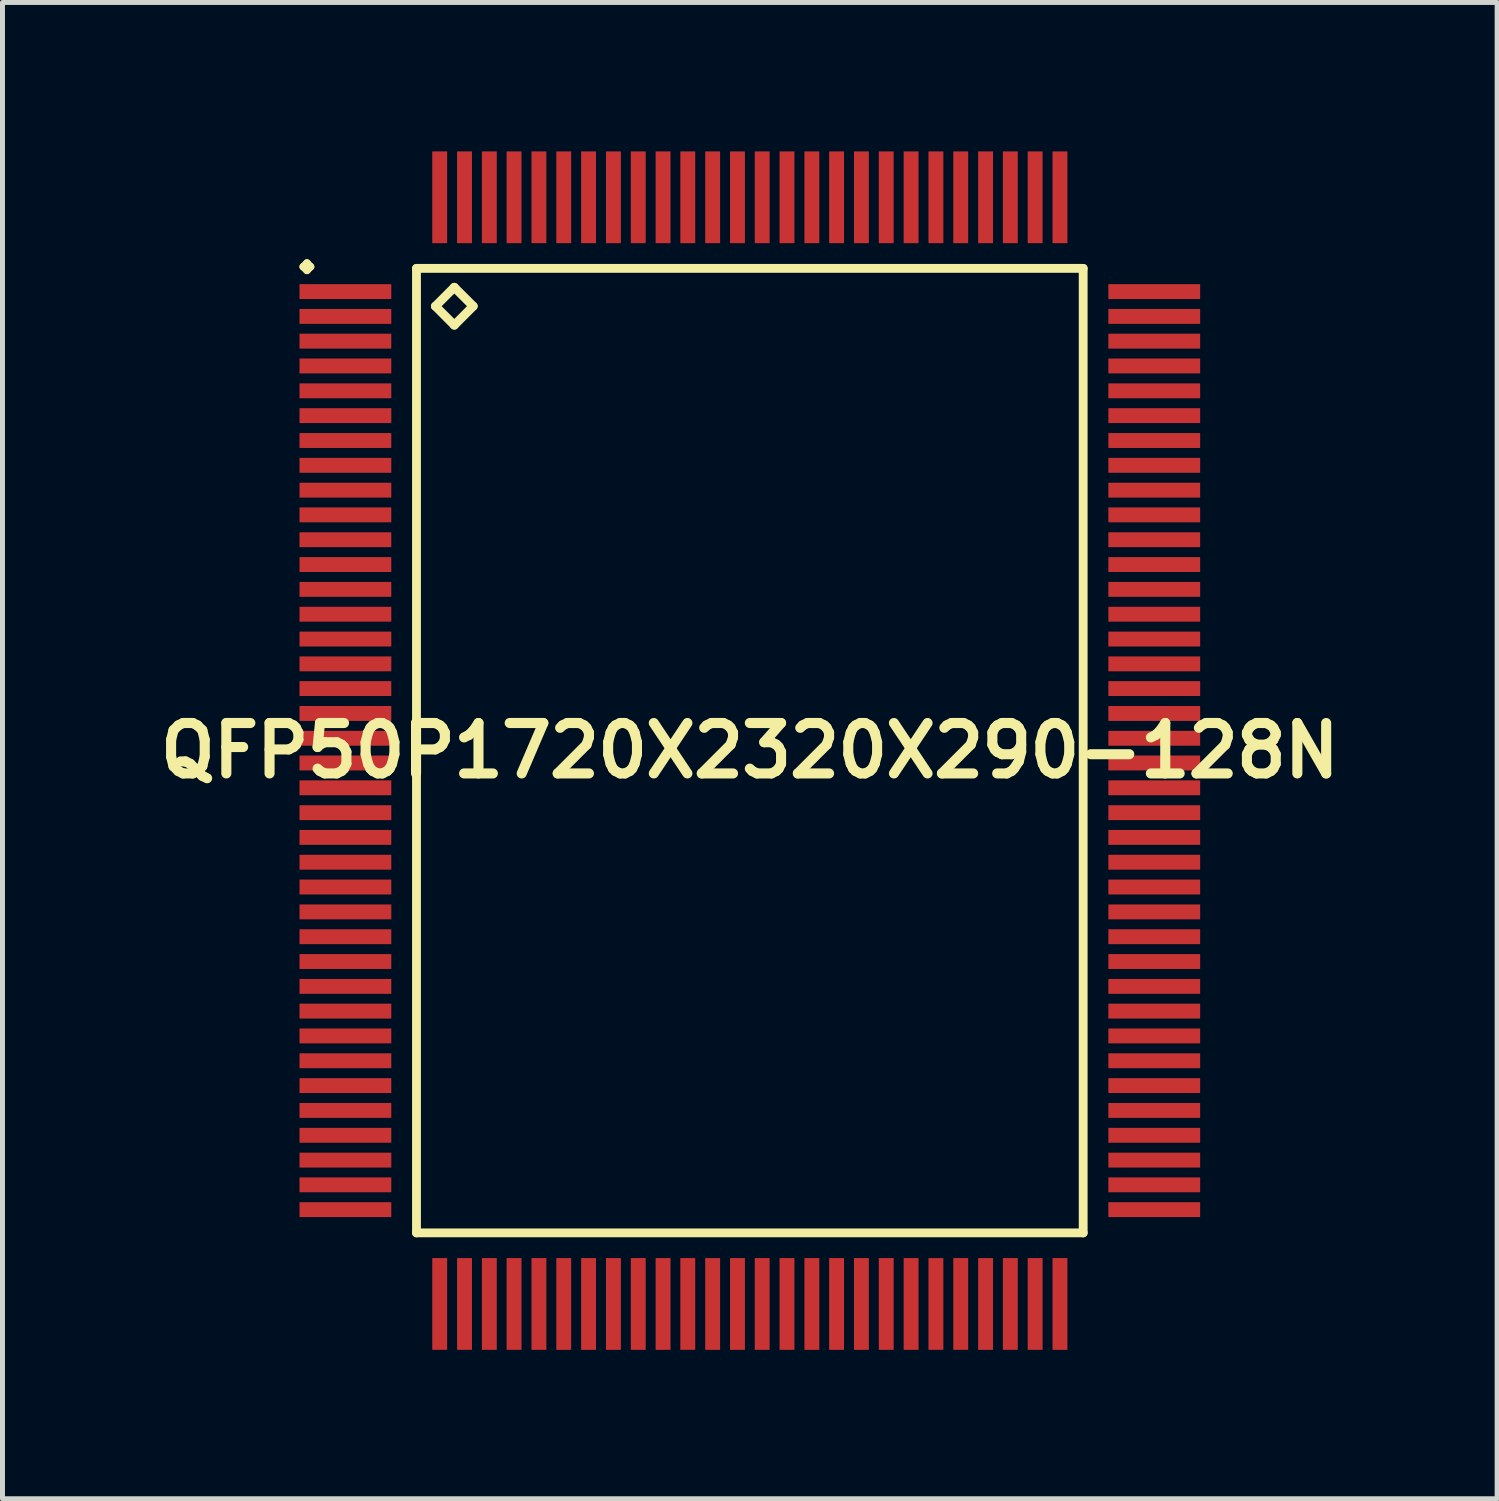
<source format=kicad_pcb>
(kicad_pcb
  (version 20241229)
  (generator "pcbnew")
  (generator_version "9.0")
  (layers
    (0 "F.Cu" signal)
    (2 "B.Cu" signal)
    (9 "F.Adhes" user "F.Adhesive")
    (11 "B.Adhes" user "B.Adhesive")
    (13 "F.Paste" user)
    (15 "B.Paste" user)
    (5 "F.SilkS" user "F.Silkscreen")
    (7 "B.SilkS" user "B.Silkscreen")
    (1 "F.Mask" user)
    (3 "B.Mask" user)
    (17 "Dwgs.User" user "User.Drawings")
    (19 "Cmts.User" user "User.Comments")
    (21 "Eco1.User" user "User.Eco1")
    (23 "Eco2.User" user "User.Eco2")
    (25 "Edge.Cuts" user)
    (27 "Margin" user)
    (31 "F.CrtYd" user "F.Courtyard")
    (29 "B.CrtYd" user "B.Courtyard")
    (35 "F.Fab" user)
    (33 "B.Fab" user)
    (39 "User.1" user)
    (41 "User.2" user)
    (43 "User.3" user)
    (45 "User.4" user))
  (footprint "QFP50P1720X2320X290-128N"
    (layer "F.Cu")
    (at 12.057 12.073)
    (property "Reference" "QFP50P1720X2320X290-128N" (at 0 0 0) (layer "F.SilkS") (effects (font (size 1.016 1.016) (thickness 0.203))))
    (attr smd)
    (fp_line (start -8.999 -9.749) (end -8.923 -9.825) (stroke (width 0.15) (type solid)) (layer "F.SilkS"))
    (fp_line (start -8.923 -9.825) (end -8.849 -9.749) (stroke (width 0.15) (type solid)) (layer "F.SilkS"))
    (fp_line (start -8.923 -9.675) (end -8.999 -9.749) (stroke (width 0.15) (type solid)) (layer "F.SilkS"))
    (fp_line (start -8.849 -9.749) (end -8.923 -9.675) (stroke (width 0.15) (type solid)) (layer "F.SilkS"))
    (fp_line (start -6.716 -9.716) (end -6.716 9.716) (stroke (width 0.178) (type solid)) (layer "F.SilkS"))
    (fp_line (start -6.716 9.716) (end 6.716 9.716) (stroke (width 0.178) (type solid)) (layer "F.SilkS"))
    (fp_line (start -6.335 -8.954) (end -5.954 -9.335) (stroke (width 0.178) (type solid)) (layer "F.SilkS"))
    (fp_line (start -5.954 -9.335) (end -5.573 -8.954) (stroke (width 0.178) (type solid)) (layer "F.SilkS"))
    (fp_line (start -5.954 -8.572) (end -6.335 -8.954) (stroke (width 0.178) (type solid)) (layer "F.SilkS"))
    (fp_line (start -5.573 -8.954) (end -5.954 -8.572) (stroke (width 0.178) (type solid)) (layer "F.SilkS"))
    (fp_line (start 6.716 -9.716) (end -6.716 -9.716) (stroke (width 0.178) (type solid)) (layer "F.SilkS"))
    (fp_line (start 6.716 9.716) (end 6.716 -9.716) (stroke (width 0.178) (type solid)) (layer "F.SilkS"))
    (pad "1" smd rect (at -8.148 -9.248) (size 1.849 0.3) (layers "F.Cu" "F.Mask" "F.Paste"))
    (pad "2" smd rect (at -8.148 -8.748) (size 1.849 0.3) (layers "F.Cu" "F.Mask" "F.Paste"))
    (pad "3" smd rect (at -8.148 -8.25) (size 1.849 0.3) (layers "F.Cu" "F.Mask" "F.Paste"))
    (pad "4" smd rect (at -8.148 -7.75) (size 1.849 0.3) (layers "F.Cu" "F.Mask" "F.Paste"))
    (pad "5" smd rect (at -8.148 -7.249) (size 1.849 0.3) (layers "F.Cu" "F.Mask" "F.Paste"))
    (pad "6" smd rect (at -8.148 -6.749) (size 1.849 0.3) (layers "F.Cu" "F.Mask" "F.Paste"))
    (pad "7" smd rect (at -8.148 -6.248) (size 1.849 0.3) (layers "F.Cu" "F.Mask" "F.Paste"))
    (pad "8" smd rect (at -8.148 -5.748) (size 1.849 0.3) (layers "F.Cu" "F.Mask" "F.Paste"))
    (pad "9" smd rect (at -8.148 -5.248) (size 1.849 0.3) (layers "F.Cu" "F.Mask" "F.Paste"))
    (pad "10" smd rect (at -8.148 -4.75) (size 1.849 0.3) (layers "F.Cu" "F.Mask" "F.Paste"))
    (pad "11" smd rect (at -8.148 -4.249) (size 1.849 0.3) (layers "F.Cu" "F.Mask" "F.Paste"))
    (pad "12" smd rect (at -8.148 -3.749) (size 1.849 0.3) (layers "F.Cu" "F.Mask" "F.Paste"))
    (pad "13" smd rect (at -8.148 -3.249) (size 1.849 0.3) (layers "F.Cu" "F.Mask" "F.Paste"))
    (pad "14" smd rect (at -8.148 -2.748) (size 1.849 0.3) (layers "F.Cu" "F.Mask" "F.Paste"))
    (pad "15" smd rect (at -8.148 -2.248) (size 1.849 0.3) (layers "F.Cu" "F.Mask" "F.Paste"))
    (pad "16" smd rect (at -8.148 -1.748) (size 1.849 0.3) (layers "F.Cu" "F.Mask" "F.Paste"))
    (pad "17" smd rect (at -8.148 -1.25) (size 1.849 0.3) (layers "F.Cu" "F.Mask" "F.Paste"))
    (pad "18" smd rect (at -8.148 -0.749) (size 1.849 0.3) (layers "F.Cu" "F.Mask" "F.Paste"))
    (pad "19" smd rect (at -8.148 -0.249) (size 1.849 0.3) (layers "F.Cu" "F.Mask" "F.Paste"))
    (pad "20" smd rect (at -8.148 0.249) (size 1.849 0.3) (layers "F.Cu" "F.Mask" "F.Paste"))
    (pad "21" smd rect (at -8.148 0.749) (size 1.849 0.3) (layers "F.Cu" "F.Mask" "F.Paste"))
    (pad "22" smd rect (at -8.148 1.25) (size 1.849 0.3) (layers "F.Cu" "F.Mask" "F.Paste"))
    (pad "23" smd rect (at -8.148 1.748) (size 1.849 0.3) (layers "F.Cu" "F.Mask" "F.Paste"))
    (pad "24" smd rect (at -8.148 2.248) (size 1.849 0.3) (layers "F.Cu" "F.Mask" "F.Paste"))
    (pad "25" smd rect (at -8.148 2.748) (size 1.849 0.3) (layers "F.Cu" "F.Mask" "F.Paste"))
    (pad "26" smd rect (at -8.148 3.249) (size 1.849 0.3) (layers "F.Cu" "F.Mask" "F.Paste"))
    (pad "27" smd rect (at -8.148 3.749) (size 1.849 0.3) (layers "F.Cu" "F.Mask" "F.Paste"))
    (pad "28" smd rect (at -8.148 4.249) (size 1.849 0.3) (layers "F.Cu" "F.Mask" "F.Paste"))
    (pad "29" smd rect (at -8.148 4.75) (size 1.849 0.3) (layers "F.Cu" "F.Mask" "F.Paste"))
    (pad "30" smd rect (at -8.148 5.248) (size 1.849 0.3) (layers "F.Cu" "F.Mask" "F.Paste"))
    (pad "31" smd rect (at -8.148 5.748) (size 1.849 0.3) (layers "F.Cu" "F.Mask" "F.Paste"))
    (pad "32" smd rect (at -8.148 6.248) (size 1.849 0.3) (layers "F.Cu" "F.Mask" "F.Paste"))
    (pad "33" smd rect (at -8.148 6.749) (size 1.849 0.3) (layers "F.Cu" "F.Mask" "F.Paste"))
    (pad "34" smd rect (at -8.148 7.249) (size 1.849 0.3) (layers "F.Cu" "F.Mask" "F.Paste"))
    (pad "35" smd rect (at -8.148 7.75) (size 1.849 0.3) (layers "F.Cu" "F.Mask" "F.Paste"))
    (pad "36" smd rect (at -8.148 8.25) (size 1.849 0.3) (layers "F.Cu" "F.Mask" "F.Paste"))
    (pad "37" smd rect (at -8.148 8.748) (size 1.849 0.3) (layers "F.Cu" "F.Mask" "F.Paste"))
    (pad "38" smd rect (at -8.148 9.248) (size 1.849 0.3) (layers "F.Cu" "F.Mask" "F.Paste"))
    (pad "39" smd rect (at -6.248 11.148) (size 0.3 1.849) (layers "F.Cu" "F.Mask" "F.Paste"))
    (pad "40" smd rect (at -5.748 11.148) (size 0.3 1.849) (layers "F.Cu" "F.Mask" "F.Paste"))
    (pad "41" smd rect (at -5.248 11.148) (size 0.3 1.849) (layers "F.Cu" "F.Mask" "F.Paste"))
    (pad "42" smd rect (at -4.75 11.148) (size 0.3 1.849) (layers "F.Cu" "F.Mask" "F.Paste"))
    (pad "43" smd rect (at -4.249 11.148) (size 0.3 1.849) (layers "F.Cu" "F.Mask" "F.Paste"))
    (pad "44" smd rect (at -3.749 11.148) (size 0.3 1.849) (layers "F.Cu" "F.Mask" "F.Paste"))
    (pad "45" smd rect (at -3.249 11.148) (size 0.3 1.849) (layers "F.Cu" "F.Mask" "F.Paste"))
    (pad "46" smd rect (at -2.748 11.148) (size 0.3 1.849) (layers "F.Cu" "F.Mask" "F.Paste"))
    (pad "47" smd rect (at -2.248 11.148) (size 0.3 1.849) (layers "F.Cu" "F.Mask" "F.Paste"))
    (pad "48" smd rect (at -1.748 11.148) (size 0.3 1.849) (layers "F.Cu" "F.Mask" "F.Paste"))
    (pad "49" smd rect (at -1.25 11.148) (size 0.3 1.849) (layers "F.Cu" "F.Mask" "F.Paste"))
    (pad "50" smd rect (at -0.749 11.148) (size 0.3 1.849) (layers "F.Cu" "F.Mask" "F.Paste"))
    (pad "51" smd rect (at -0.249 11.148) (size 0.3 1.849) (layers "F.Cu" "F.Mask" "F.Paste"))
    (pad "52" smd rect (at 0.249 11.148) (size 0.3 1.849) (layers "F.Cu" "F.Mask" "F.Paste"))
    (pad "53" smd rect (at 0.749 11.148) (size 0.3 1.849) (layers "F.Cu" "F.Mask" "F.Paste"))
    (pad "54" smd rect (at 1.25 11.148) (size 0.3 1.849) (layers "F.Cu" "F.Mask" "F.Paste"))
    (pad "55" smd rect (at 1.748 11.148) (size 0.3 1.849) (layers "F.Cu" "F.Mask" "F.Paste"))
    (pad "56" smd rect (at 2.248 11.148) (size 0.3 1.849) (layers "F.Cu" "F.Mask" "F.Paste"))
    (pad "57" smd rect (at 2.748 11.148) (size 0.3 1.849) (layers "F.Cu" "F.Mask" "F.Paste"))
    (pad "58" smd rect (at 3.249 11.148) (size 0.3 1.849) (layers "F.Cu" "F.Mask" "F.Paste"))
    (pad "59" smd rect (at 3.749 11.148) (size 0.3 1.849) (layers "F.Cu" "F.Mask" "F.Paste"))
    (pad "60" smd rect (at 4.249 11.148) (size 0.3 1.849) (layers "F.Cu" "F.Mask" "F.Paste"))
    (pad "61" smd rect (at 4.75 11.148) (size 0.3 1.849) (layers "F.Cu" "F.Mask" "F.Paste"))
    (pad "62" smd rect (at 5.248 11.148) (size 0.3 1.849) (layers "F.Cu" "F.Mask" "F.Paste"))
    (pad "63" smd rect (at 5.748 11.148) (size 0.3 1.849) (layers "F.Cu" "F.Mask" "F.Paste"))
    (pad "64" smd rect (at 6.248 11.148) (size 0.3 1.849) (layers "F.Cu" "F.Mask" "F.Paste"))
    (pad "65" smd rect (at 8.148 9.248) (size 1.849 0.3) (layers "F.Cu" "F.Mask" "F.Paste"))
    (pad "66" smd rect (at 8.148 8.748) (size 1.849 0.3) (layers "F.Cu" "F.Mask" "F.Paste"))
    (pad "67" smd rect (at 8.148 8.25) (size 1.849 0.3) (layers "F.Cu" "F.Mask" "F.Paste"))
    (pad "68" smd rect (at 8.148 7.75) (size 1.849 0.3) (layers "F.Cu" "F.Mask" "F.Paste"))
    (pad "69" smd rect (at 8.148 7.249) (size 1.849 0.3) (layers "F.Cu" "F.Mask" "F.Paste"))
    (pad "70" smd rect (at 8.148 6.749) (size 1.849 0.3) (layers "F.Cu" "F.Mask" "F.Paste"))
    (pad "71" smd rect (at 8.148 6.248) (size 1.849 0.3) (layers "F.Cu" "F.Mask" "F.Paste"))
    (pad "72" smd rect (at 8.148 5.748) (size 1.849 0.3) (layers "F.Cu" "F.Mask" "F.Paste"))
    (pad "73" smd rect (at 8.148 5.248) (size 1.849 0.3) (layers "F.Cu" "F.Mask" "F.Paste"))
    (pad "74" smd rect (at 8.148 4.75) (size 1.849 0.3) (layers "F.Cu" "F.Mask" "F.Paste"))
    (pad "75" smd rect (at 8.148 4.249) (size 1.849 0.3) (layers "F.Cu" "F.Mask" "F.Paste"))
    (pad "76" smd rect (at 8.148 3.749) (size 1.849 0.3) (layers "F.Cu" "F.Mask" "F.Paste"))
    (pad "77" smd rect (at 8.148 3.249) (size 1.849 0.3) (layers "F.Cu" "F.Mask" "F.Paste"))
    (pad "78" smd rect (at 8.148 2.748) (size 1.849 0.3) (layers "F.Cu" "F.Mask" "F.Paste"))
    (pad "79" smd rect (at 8.148 2.248) (size 1.849 0.3) (layers "F.Cu" "F.Mask" "F.Paste"))
    (pad "80" smd rect (at 8.148 1.748) (size 1.849 0.3) (layers "F.Cu" "F.Mask" "F.Paste"))
    (pad "81" smd rect (at 8.148 1.25) (size 1.849 0.3) (layers "F.Cu" "F.Mask" "F.Paste"))
    (pad "82" smd rect (at 8.148 0.749) (size 1.849 0.3) (layers "F.Cu" "F.Mask" "F.Paste"))
    (pad "83" smd rect (at 8.148 0.249) (size 1.849 0.3) (layers "F.Cu" "F.Mask" "F.Paste"))
    (pad "84" smd rect (at 8.148 -0.249) (size 1.849 0.3) (layers "F.Cu" "F.Mask" "F.Paste"))
    (pad "85" smd rect (at 8.148 -0.749) (size 1.849 0.3) (layers "F.Cu" "F.Mask" "F.Paste"))
    (pad "86" smd rect (at 8.148 -1.25) (size 1.849 0.3) (layers "F.Cu" "F.Mask" "F.Paste"))
    (pad "87" smd rect (at 8.148 -1.748) (size 1.849 0.3) (layers "F.Cu" "F.Mask" "F.Paste"))
    (pad "88" smd rect (at 8.148 -2.248) (size 1.849 0.3) (layers "F.Cu" "F.Mask" "F.Paste"))
    (pad "89" smd rect (at 8.148 -2.748) (size 1.849 0.3) (layers "F.Cu" "F.Mask" "F.Paste"))
    (pad "90" smd rect (at 8.148 -3.249) (size 1.849 0.3) (layers "F.Cu" "F.Mask" "F.Paste"))
    (pad "91" smd rect (at 8.148 -3.749) (size 1.849 0.3) (layers "F.Cu" "F.Mask" "F.Paste"))
    (pad "92" smd rect (at 8.148 -4.249) (size 1.849 0.3) (layers "F.Cu" "F.Mask" "F.Paste"))
    (pad "93" smd rect (at 8.148 -4.75) (size 1.849 0.3) (layers "F.Cu" "F.Mask" "F.Paste"))
    (pad "94" smd rect (at 8.148 -5.248) (size 1.849 0.3) (layers "F.Cu" "F.Mask" "F.Paste"))
    (pad "95" smd rect (at 8.148 -5.748) (size 1.849 0.3) (layers "F.Cu" "F.Mask" "F.Paste"))
    (pad "96" smd rect (at 8.148 -6.248) (size 1.849 0.3) (layers "F.Cu" "F.Mask" "F.Paste"))
    (pad "97" smd rect (at 8.148 -6.749) (size 1.849 0.3) (layers "F.Cu" "F.Mask" "F.Paste"))
    (pad "98" smd rect (at 8.148 -7.249) (size 1.849 0.3) (layers "F.Cu" "F.Mask" "F.Paste"))
    (pad "99" smd rect (at 8.148 -7.75) (size 1.849 0.3) (layers "F.Cu" "F.Mask" "F.Paste"))
    (pad "100" smd rect (at 8.148 -8.25) (size 1.849 0.3) (layers "F.Cu" "F.Mask" "F.Paste"))
    (pad "101" smd rect (at 8.148 -8.748) (size 1.849 0.3) (layers "F.Cu" "F.Mask" "F.Paste"))
    (pad "102" smd rect (at 8.148 -9.248) (size 1.849 0.3) (layers "F.Cu" "F.Mask" "F.Paste"))
    (pad "103" smd rect (at 6.248 -11.148) (size 0.3 1.849) (layers "F.Cu" "F.Mask" "F.Paste"))
    (pad "104" smd rect (at 5.748 -11.148) (size 0.3 1.849) (layers "F.Cu" "F.Mask" "F.Paste"))
    (pad "105" smd rect (at 5.248 -11.148) (size 0.3 1.849) (layers "F.Cu" "F.Mask" "F.Paste"))
    (pad "106" smd rect (at 4.75 -11.148) (size 0.3 1.849) (layers "F.Cu" "F.Mask" "F.Paste"))
    (pad "107" smd rect (at 4.249 -11.148) (size 0.3 1.849) (layers "F.Cu" "F.Mask" "F.Paste"))
    (pad "108" smd rect (at 3.749 -11.148) (size 0.3 1.849) (layers "F.Cu" "F.Mask" "F.Paste"))
    (pad "109" smd rect (at 3.249 -11.148) (size 0.3 1.849) (layers "F.Cu" "F.Mask" "F.Paste"))
    (pad "110" smd rect (at 2.748 -11.148) (size 0.3 1.849) (layers "F.Cu" "F.Mask" "F.Paste"))
    (pad "111" smd rect (at 2.248 -11.148) (size 0.3 1.849) (layers "F.Cu" "F.Mask" "F.Paste"))
    (pad "112" smd rect (at 1.748 -11.148) (size 0.3 1.849) (layers "F.Cu" "F.Mask" "F.Paste"))
    (pad "113" smd rect (at 1.25 -11.148) (size 0.3 1.849) (layers "F.Cu" "F.Mask" "F.Paste"))
    (pad "114" smd rect (at 0.749 -11.148) (size 0.3 1.849) (layers "F.Cu" "F.Mask" "F.Paste"))
    (pad "115" smd rect (at 0.249 -11.148) (size 0.3 1.849) (layers "F.Cu" "F.Mask" "F.Paste"))
    (pad "116" smd rect (at -0.249 -11.148) (size 0.3 1.849) (layers "F.Cu" "F.Mask" "F.Paste"))
    (pad "117" smd rect (at -0.749 -11.148) (size 0.3 1.849) (layers "F.Cu" "F.Mask" "F.Paste"))
    (pad "118" smd rect (at -1.25 -11.148) (size 0.3 1.849) (layers "F.Cu" "F.Mask" "F.Paste"))
    (pad "119" smd rect (at -1.748 -11.148) (size 0.3 1.849) (layers "F.Cu" "F.Mask" "F.Paste"))
    (pad "120" smd rect (at -2.248 -11.148) (size 0.3 1.849) (layers "F.Cu" "F.Mask" "F.Paste"))
    (pad "121" smd rect (at -2.748 -11.148) (size 0.3 1.849) (layers "F.Cu" "F.Mask" "F.Paste"))
    (pad "122" smd rect (at -3.249 -11.148) (size 0.3 1.849) (layers "F.Cu" "F.Mask" "F.Paste"))
    (pad "123" smd rect (at -3.749 -11.148) (size 0.3 1.849) (layers "F.Cu" "F.Mask" "F.Paste"))
    (pad "124" smd rect (at -4.249 -11.148) (size 0.3 1.849) (layers "F.Cu" "F.Mask" "F.Paste"))
    (pad "125" smd rect (at -4.75 -11.148) (size 0.3 1.849) (layers "F.Cu" "F.Mask" "F.Paste"))
    (pad "126" smd rect (at -5.248 -11.148) (size 0.3 1.849) (layers "F.Cu" "F.Mask" "F.Paste"))
    (pad "127" smd rect (at -5.748 -11.148) (size 0.3 1.849) (layers "F.Cu" "F.Mask" "F.Paste"))
    (pad "128" smd rect (at -6.248 -11.148) (size 0.3 1.849) (layers "F.Cu" "F.Mask" "F.Paste")))
  (gr_rect
    (start -3 -3)
    (end 27.113 27.145)
    (stroke (width 0.1) (type default))
    (fill no)
    (layer "Edge.Cuts")))
</source>
